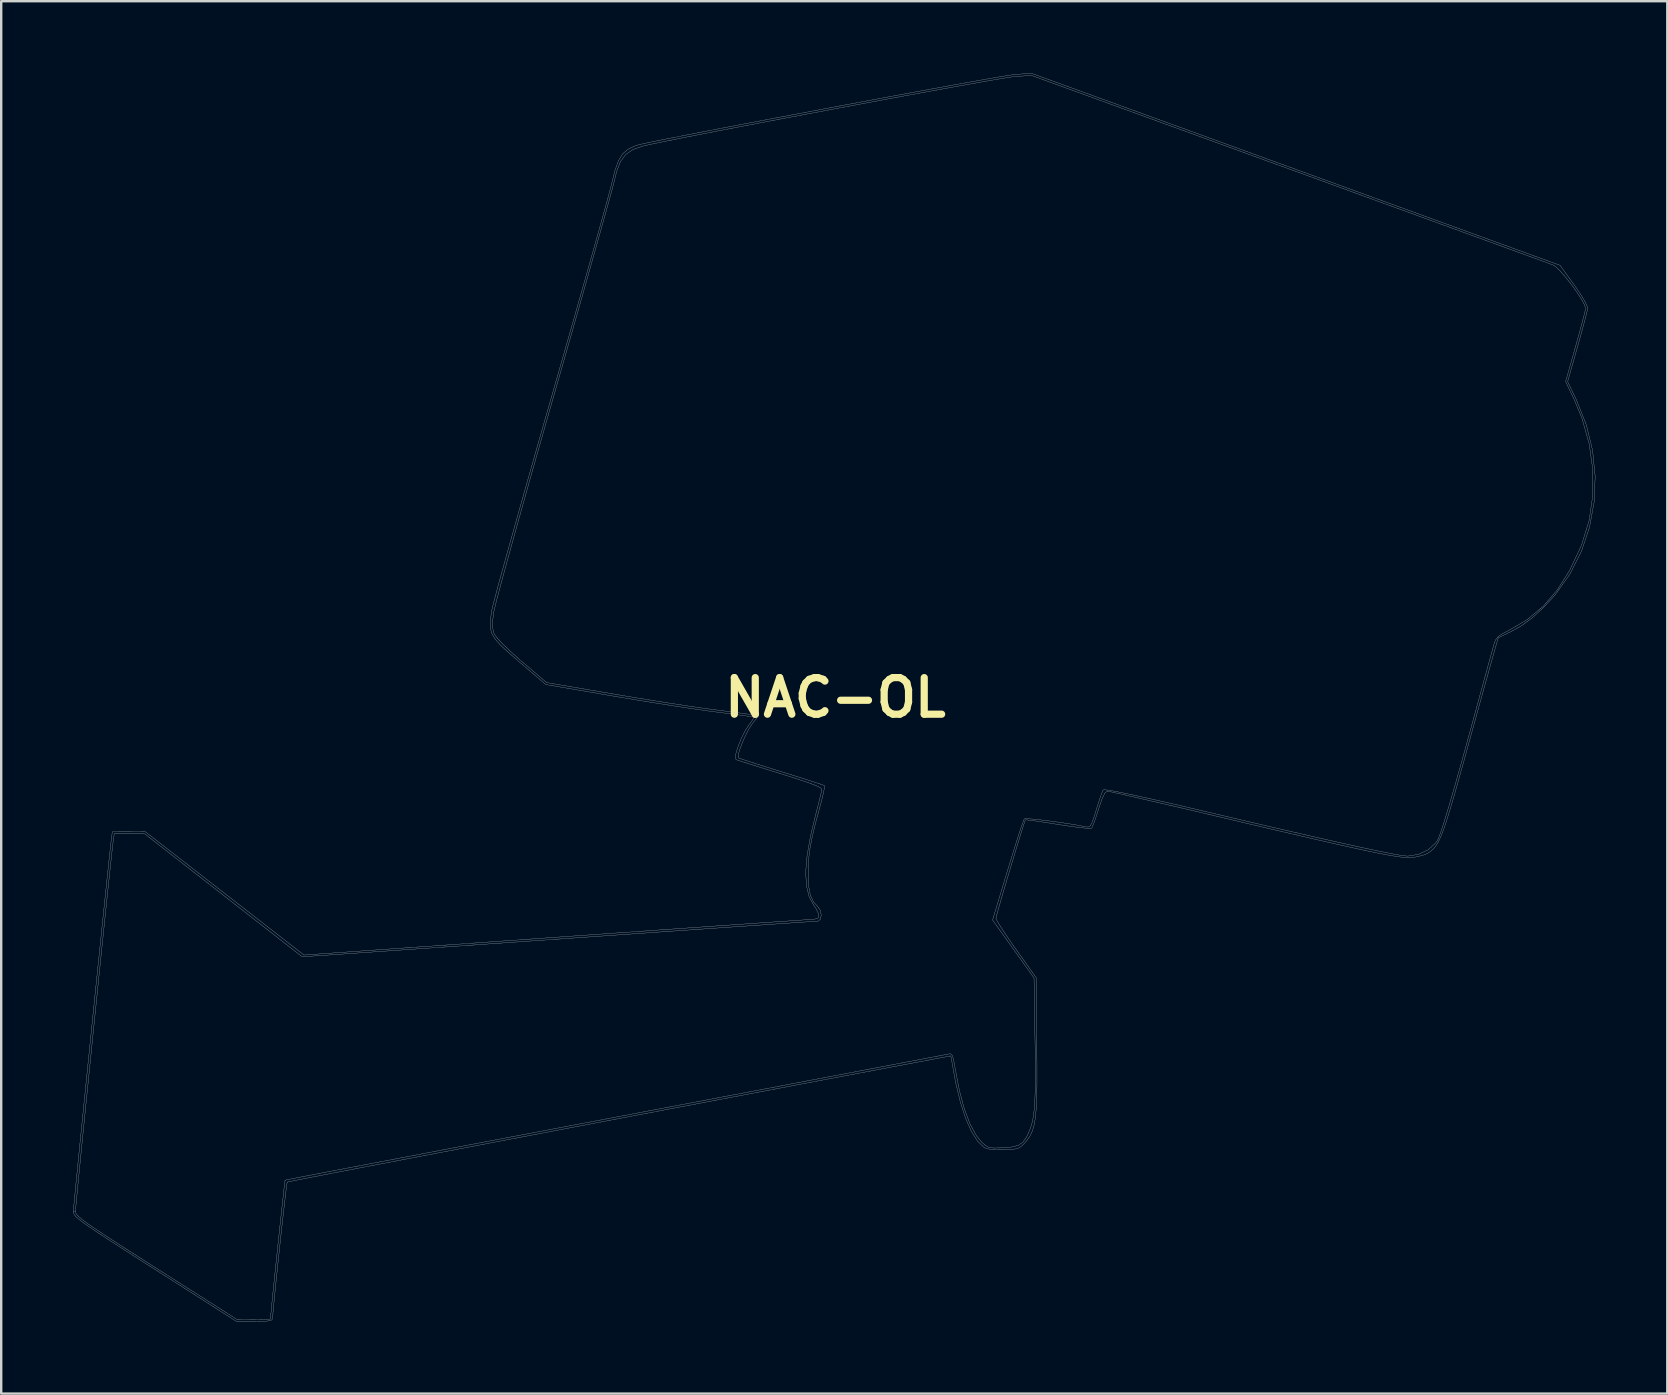
<source format=kicad_pcb>
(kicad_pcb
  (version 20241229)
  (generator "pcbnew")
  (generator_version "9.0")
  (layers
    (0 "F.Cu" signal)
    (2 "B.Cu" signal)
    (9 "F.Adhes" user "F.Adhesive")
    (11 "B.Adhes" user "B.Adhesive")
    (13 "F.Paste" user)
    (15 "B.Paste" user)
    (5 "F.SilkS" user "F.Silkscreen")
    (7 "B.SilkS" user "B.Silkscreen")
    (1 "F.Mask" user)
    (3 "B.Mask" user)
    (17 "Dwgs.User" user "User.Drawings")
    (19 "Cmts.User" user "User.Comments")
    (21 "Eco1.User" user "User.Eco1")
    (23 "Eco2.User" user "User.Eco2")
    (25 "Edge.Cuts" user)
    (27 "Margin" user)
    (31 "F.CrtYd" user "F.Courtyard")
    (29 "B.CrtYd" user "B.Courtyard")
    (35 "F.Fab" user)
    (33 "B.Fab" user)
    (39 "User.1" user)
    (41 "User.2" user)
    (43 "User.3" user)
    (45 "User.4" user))
  (footprint "NAC-OL"
    (layer "F.Cu")
    (at 31.755 26.016)
    (property "Reference" "NAC-OL" (at 0 0 0) (layer "F.SilkS") (effects (font (size 1.524 1.524) (thickness 0.3))))
    (attr through_hole)
    (fp_poly (pts (xy 30.189 -18.013) (xy 30.775 -17.204) (xy 31.025 -16.842) (xy 31.213 -16.535) (xy 31.322 -16.313) (xy 31.343 -16.22) (xy 31.315 -16.083) (xy 31.248 -15.815) (xy 31.149 -15.444) (xy 31.028 -15.001) (xy 30.917 -14.605) (xy 30.508 -13.166) (xy 30.874 -12.404) (xy 31.289 -11.361) (xy 31.548 -10.294) (xy 31.655 -9.217) (xy 31.612 -8.149) (xy 31.421 -7.105) (xy 31.086 -6.103) (xy 30.609 -5.158) (xy 29.993 -4.288) (xy 29.516 -3.768) (xy 29.021 -3.316) (xy 28.567 -2.984) (xy 28.236 -2.798) (xy 27.954 -2.659) (xy 27.738 -2.551) (xy 27.627 -2.496) (xy 27.62 -2.492) (xy 27.593 -2.41) (xy 27.526 -2.18) (xy 27.423 -1.818) (xy 27.289 -1.339) (xy 27.126 -0.759) (xy 26.941 -0.092) (xy 26.736 0.645) (xy 26.518 1.437) (xy 26.46 1.647) (xy 26.191 2.62) (xy 25.962 3.442) (xy 25.767 4.129) (xy 25.6 4.693) (xy 25.458 5.15) (xy 25.334 5.511) (xy 25.224 5.792) (xy 25.123 6.007) (xy 25.025 6.168) (xy 24.926 6.289) (xy 24.82 6.386) (xy 24.703 6.47) (xy 24.681 6.484) (xy 24.481 6.568) (xy 24.195 6.636) (xy 24.031 6.659) (xy 23.908 6.665) (xy 23.757 6.66) (xy 23.567 6.643) (xy 23.327 6.609) (xy 23.029 6.559) (xy 22.66 6.489) (xy 22.212 6.397) (xy 21.672 6.281) (xy 21.032 6.139) (xy 20.28 5.968) (xy 19.406 5.767) (xy 18.4 5.533) (xy 17.252 5.264) (xy 15.951 4.957) (xy 15.776 4.916) (xy 14.944 4.72) (xy 14.159 4.537) (xy 13.438 4.37) (xy 12.797 4.222) (xy 12.251 4.097) (xy 11.816 3.999) (xy 11.508 3.931) (xy 11.342 3.898) (xy 11.32 3.895) (xy 11.226 3.978) (xy 11.108 4.225) (xy 10.967 4.633) (xy 10.967 4.636) (xy 10.859 4.969) (xy 10.765 5.24) (xy 10.697 5.407) (xy 10.678 5.439) (xy 10.578 5.448) (xy 10.341 5.43) (xy 9.997 5.39) (xy 9.574 5.33) (xy 9.281 5.284) (xy 8.828 5.212) (xy 8.436 5.153) (xy 8.137 5.112) (xy 7.957 5.093) (xy 7.918 5.094) (xy 7.883 5.183) (xy 7.809 5.409) (xy 7.705 5.742) (xy 7.577 6.158) (xy 7.434 6.629) (xy 7.284 7.127) (xy 7.135 7.627) (xy 6.995 8.101) (xy 6.873 8.522) (xy 6.775 8.863) (xy 6.711 9.098) (xy 6.689 9.199) (xy 6.736 9.301) (xy 6.866 9.515) (xy 7.063 9.816) (xy 7.311 10.179) (xy 7.526 10.486) (xy 8.364 11.665) (xy 8.392 14.49) (xy 8.398 15.361) (xy 8.398 16.081) (xy 8.388 16.669) (xy 8.366 17.141) (xy 8.33 17.517) (xy 8.278 17.814) (xy 8.208 18.051) (xy 8.117 18.246) (xy 8.003 18.416) (xy 7.886 18.556) (xy 7.75 18.693) (xy 7.615 18.775) (xy 7.428 18.817) (xy 7.139 18.838) (xy 7.021 18.842) (xy 6.6 18.839) (xy 6.317 18.793) (xy 6.197 18.74) (xy 5.928 18.486) (xy 5.669 18.079) (xy 5.428 17.535) (xy 5.211 16.871) (xy 5.025 16.104) (xy 4.955 15.738) (xy 4.81 14.925) (xy 4.162 15.047) (xy 2.161 15.424) (xy 0.188 15.796) (xy -1.749 16.162) (xy -3.644 16.52) (xy -5.49 16.869) (xy -7.28 17.208) (xy -9.008 17.535) (xy -10.666 17.849) (xy -12.248 18.15) (xy -13.747 18.434) (xy -15.156 18.703) (xy -16.469 18.953) (xy -17.679 19.184) (xy -18.779 19.394) (xy -19.762 19.583) (xy -20.621 19.748) (xy -21.35 19.889) (xy -21.942 20.004) (xy -22.39 20.092) (xy -22.688 20.152) (xy -22.828 20.182) (xy -22.839 20.186) (xy -22.855 20.274) (xy -22.885 20.507) (xy -22.927 20.86) (xy -22.979 21.311) (xy -23.038 21.835) (xy -23.101 22.408) (xy -23.165 23.006) (xy -23.229 23.606) (xy -23.289 24.184) (xy -23.343 24.716) (xy -23.389 25.178) (xy -23.424 25.547) (xy -23.445 25.798) (xy -23.45 25.887) (xy -23.507 25.942) (xy -23.688 25.976) (xy -24.01 25.991) (xy -24.2 25.993) (xy -24.947 25.993) (xy -28.348 23.823) (xy -29.136 23.321) (xy -29.792 22.9) (xy -30.329 22.553) (xy -30.758 22.271) (xy -31.091 22.046) (xy -31.341 21.87) (xy -31.519 21.733) (xy -31.637 21.629) (xy -31.707 21.547) (xy -31.741 21.48) (xy -31.75 21.419) (xy -31.75 21.414) (xy -31.75 21.409) (xy -31.661 21.409) (xy -31.649 21.468) (xy -31.607 21.538) (xy -31.522 21.627) (xy -31.384 21.743) (xy -31.18 21.894) (xy -30.899 22.089) (xy -30.528 22.336) (xy -30.057 22.643) (xy -29.472 23.019) (xy -28.762 23.472) (xy -28.296 23.769) (xy -24.934 25.905) (xy -24.236 25.907) (xy -23.916 25.905) (xy -23.673 25.899) (xy -23.546 25.89) (xy -23.537 25.887) (xy -23.528 25.761) (xy -23.503 25.497) (xy -23.466 25.118) (xy -23.418 24.648) (xy -23.363 24.11) (xy -23.302 23.527) (xy -23.239 22.924) (xy -23.175 22.323) (xy -23.114 21.749) (xy -23.057 21.226) (xy -23.007 20.776) (xy -22.968 20.423) (xy -22.94 20.192) (xy -22.927 20.105) (xy -22.927 20.104) (xy -22.841 20.086) (xy -22.599 20.037) (xy -22.207 19.96) (xy -21.675 19.857) (xy -21.011 19.73) (xy -20.224 19.579) (xy -19.323 19.407) (xy -18.317 19.215) (xy -17.214 19.005) (xy -16.023 18.778) (xy -14.752 18.537) (xy -13.411 18.283) (xy -12.008 18.017) (xy -10.551 17.741) (xy -9.183 17.483) (xy -7.683 17.199) (xy -6.227 16.924) (xy -4.823 16.658) (xy -3.48 16.404) (xy -2.208 16.163) (xy -1.015 15.937) (xy 0.09 15.728) (xy 1.098 15.537) (xy 2.001 15.365) (xy 2.79 15.215) (xy 3.455 15.089) (xy 3.989 14.987) (xy 4.381 14.912) (xy 4.624 14.865) (xy 4.708 14.848) (xy 4.799 14.84) (xy 4.862 14.892) (xy 4.913 15.033) (xy 4.964 15.297) (xy 4.992 15.465) (xy 5.165 16.36) (xy 5.372 17.13) (xy 5.611 17.764) (xy 5.876 18.251) (xy 6.093 18.515) (xy 6.251 18.658) (xy 6.393 18.735) (xy 6.575 18.764) (xy 6.854 18.76) (xy 6.943 18.755) (xy 7.345 18.722) (xy 7.62 18.652) (xy 7.81 18.524) (xy 7.958 18.315) (xy 8.025 18.18) (xy 8.116 17.966) (xy 8.189 17.736) (xy 8.245 17.471) (xy 8.285 17.151) (xy 8.312 16.757) (xy 8.327 16.267) (xy 8.331 15.662) (xy 8.326 14.923) (xy 8.317 14.286) (xy 8.276 11.68) (xy 7.412 10.472) (xy 6.548 9.264) (xy 7.175 7.193) (xy 7.348 6.628) (xy 7.508 6.116) (xy 7.648 5.68) (xy 7.76 5.342) (xy 7.838 5.124) (xy 7.871 5.052) (xy 7.969 5.043) (xy 8.2 5.058) (xy 8.529 5.091) (xy 8.921 5.139) (xy 9.341 5.196) (xy 9.754 5.258) (xy 10.127 5.321) (xy 10.424 5.379) (xy 10.463 5.388) (xy 10.551 5.391) (xy 10.624 5.334) (xy 10.699 5.187) (xy 10.791 4.923) (xy 10.865 4.683) (xy 10.972 4.344) (xy 11.067 4.064) (xy 11.136 3.884) (xy 11.155 3.846) (xy 11.247 3.84) (xy 11.488 3.873) (xy 11.88 3.947) (xy 12.427 4.061) (xy 13.13 4.215) (xy 13.991 4.411) (xy 15.014 4.65) (xy 15.282 4.713) (xy 16.778 5.064) (xy 18.115 5.377) (xy 19.299 5.65) (xy 20.333 5.887) (xy 21.224 6.088) (xy 21.978 6.254) (xy 22.599 6.386) (xy 23.092 6.486) (xy 23.463 6.554) (xy 23.717 6.592) (xy 23.846 6.602) (xy 24.294 6.529) (xy 24.703 6.334) (xy 25.02 6.044) (xy 25.082 5.954) (xy 25.155 5.789) (xy 25.267 5.47) (xy 25.414 5.007) (xy 25.594 4.41) (xy 25.804 3.69) (xy 26.04 2.857) (xy 26.299 1.922) (xy 26.316 1.863) (xy 26.53 1.082) (xy 26.733 0.342) (xy 26.919 -0.339) (xy 27.085 -0.943) (xy 27.225 -1.453) (xy 27.334 -1.85) (xy 27.407 -2.116) (xy 27.437 -2.224) (xy 27.504 -2.406) (xy 27.613 -2.542) (xy 27.804 -2.672) (xy 28.06 -2.803) (xy 28.82 -3.249) (xy 29.487 -3.804) (xy 30.073 -4.482) (xy 30.588 -5.295) (xy 31.043 -6.256) (xy 31.098 -6.392) (xy 31.403 -7.384) (xy 31.555 -8.426) (xy 31.556 -9.496) (xy 31.405 -10.573) (xy 31.105 -11.637) (xy 30.792 -12.393) (xy 30.424 -13.17) (xy 30.831 -14.607) (xy 30.965 -15.085) (xy 31.083 -15.516) (xy 31.176 -15.869) (xy 31.236 -16.114) (xy 31.256 -16.214) (xy 31.213 -16.364) (xy 31.081 -16.605) (xy 30.887 -16.903) (xy 30.656 -17.222) (xy 30.413 -17.529) (xy 30.184 -17.789) (xy 29.995 -17.967) (xy 29.908 -18.022) (xy 29.801 -18.062) (xy 29.545 -18.156) (xy 29.149 -18.301) (xy 28.621 -18.493) (xy 27.972 -18.73) (xy 27.212 -19.007) (xy 26.348 -19.321) (xy 25.392 -19.669) (xy 24.351 -20.047) (xy 23.237 -20.452) (xy 22.057 -20.881) (xy 20.823 -21.33) (xy 19.542 -21.795) (xy 18.923 -22.019) (xy 8.17 -25.923) (xy 7.493 -25.878) (xy 7.322 -25.857) (xy 7 -25.806) (xy 6.542 -25.729) (xy 5.962 -25.628) (xy 5.277 -25.506) (xy 4.5 -25.366) (xy 3.647 -25.211) (xy 2.733 -25.044) (xy 1.773 -24.867) (xy 0.783 -24.683) (xy -0.224 -24.495) (xy -1.232 -24.306) (xy -2.225 -24.119) (xy -3.19 -23.936) (xy -4.11 -23.761) (xy -4.971 -23.595) (xy -5.758 -23.443) (xy -6.455 -23.306) (xy -7.048 -23.187) (xy -7.522 -23.09) (xy -7.861 -23.017) (xy -8.021 -22.979) (xy -8.434 -22.835) (xy -8.737 -22.629) (xy -8.955 -22.332) (xy -9.115 -21.914) (xy -9.188 -21.616) (xy -9.23 -21.444) (xy -9.317 -21.12) (xy -9.443 -20.658) (xy -9.607 -20.068) (xy -9.804 -19.364) (xy -10.031 -18.555) (xy -10.285 -17.656) (xy -10.562 -16.676) (xy -10.86 -15.628) (xy -11.175 -14.525) (xy -11.503 -13.377) (xy -11.745 -12.531) (xy -12.08 -11.36) (xy -12.403 -10.227) (xy -12.71 -9.142) (xy -12.998 -8.117) (xy -13.265 -7.165) (xy -13.506 -6.296) (xy -13.72 -5.522) (xy -13.901 -4.856) (xy -14.048 -4.309) (xy -14.156 -3.892) (xy -14.223 -3.617) (xy -14.244 -3.514) (xy -14.284 -3.147) (xy -14.278 -2.889) (xy -14.224 -2.684) (xy -14.212 -2.655) (xy -14.102 -2.497) (xy -13.879 -2.256) (xy -13.566 -1.952) (xy -13.183 -1.609) (xy -13.065 -1.508) (xy -12.033 -0.627) (xy -9.213 -0.146) (xy -8.463 -0.02) (xy -7.696 0.105) (xy -6.946 0.224) (xy -6.248 0.331) (xy -5.635 0.422) (xy -5.142 0.49) (xy -4.995 0.509) (xy -4.514 0.57) (xy -4.079 0.627) (xy -3.725 0.675) (xy -3.484 0.711) (xy -3.403 0.725) (xy -3.208 0.768) (xy -3.471 1.1) (xy -3.604 1.305) (xy -3.746 1.579) (xy -3.878 1.878) (xy -3.984 2.16) (xy -4.045 2.383) (xy -4.045 2.502) (xy -4.042 2.506) (xy -3.952 2.542) (xy -3.725 2.619) (xy -3.383 2.73) (xy -2.952 2.867) (xy -2.455 3.022) (xy -2.248 3.086) (xy -1.732 3.246) (xy -1.271 3.391) (xy -0.892 3.514) (xy -0.616 3.606) (xy -0.469 3.659) (xy -0.452 3.668) (xy -0.457 3.762) (xy -0.501 3.984) (xy -0.577 4.299) (xy -0.665 4.628) (xy -0.838 5.27) (xy -0.964 5.792) (xy -1.05 6.231) (xy -1.102 6.628) (xy -1.128 7.022) (xy -1.134 7.324) (xy -1.115 7.843) (xy -1.043 8.23) (xy -0.909 8.516) (xy -0.725 8.716) (xy -0.625 8.868) (xy -0.591 9.06) (xy -0.622 9.229) (xy -0.717 9.312) (xy -0.733 9.313) (xy -0.834 9.319) (xy -1.094 9.336) (xy -1.501 9.363) (xy -2.046 9.4) (xy -2.718 9.446) (xy -3.507 9.501) (xy -4.402 9.562) (xy -5.392 9.631) (xy -6.468 9.705) (xy -7.619 9.785) (xy -8.834 9.87) (xy -10.103 9.959) (xy -11.126 10.03) (xy -12.437 10.122) (xy -13.705 10.21) (xy -14.921 10.295) (xy -16.074 10.375) (xy -17.153 10.45) (xy -18.146 10.519) (xy -19.044 10.581) (xy -19.835 10.635) (xy -20.508 10.682) (xy -21.053 10.719) (xy -21.459 10.746) (xy -21.715 10.763) (xy -21.802 10.769) (xy -22.225 10.79) (xy -25.501 8.232) (xy -28.778 5.673) (xy -30.046 5.673) (xy -30.095 6.032) (xy -30.117 6.21) (xy -30.153 6.536) (xy -30.202 6.994) (xy -30.263 7.57) (xy -30.335 8.249) (xy -30.415 9.017) (xy -30.502 9.86) (xy -30.595 10.761) (xy -30.692 11.707) (xy -30.792 12.683) (xy -30.893 13.674) (xy -30.994 14.665) (xy -31.093 15.643) (xy -31.189 16.591) (xy -31.28 17.496) (xy -31.365 18.342) (xy -31.442 19.116) (xy -31.51 19.802) (xy -31.567 20.385) (xy -31.612 20.852) (xy -31.643 21.186) (xy -31.659 21.375) (xy -31.661 21.409) (xy -31.75 21.409) (xy -31.742 21.303) (xy -31.717 21.037) (xy -31.678 20.633) (xy -31.626 20.104) (xy -31.563 19.465) (xy -31.49 18.731) (xy -31.408 17.918) (xy -31.319 17.038) (xy -31.225 16.107) (xy -31.127 15.14) (xy -31.026 14.152) (xy -30.925 13.157) (xy -30.824 12.169) (xy -30.725 11.204) (xy -30.629 10.276) (xy -30.539 9.399) (xy -30.454 8.589) (xy -30.378 7.861) (xy -30.312 7.228) (xy -30.256 6.706) (xy -30.213 6.309) (xy -30.184 6.051) (xy -30.177 5.99) (xy -30.125 5.588) (xy -28.744 5.592) (xy -22.14 10.724) (xy -11.599 9.98) (xy -10.276 9.887) (xy -8.997 9.796) (xy -7.774 9.71) (xy -6.617 9.629) (xy -5.535 9.553) (xy -4.54 9.484) (xy -3.642 9.421) (xy -2.851 9.366) (xy -2.178 9.32) (xy -1.632 9.282) (xy -1.225 9.255) (xy -0.966 9.238) (xy -0.868 9.232) (xy -0.713 9.178) (xy -0.691 9.029) (xy -0.803 8.793) (xy -0.891 8.668) (xy -1.093 8.301) (xy -1.208 7.836) (xy -1.237 7.264) (xy -1.179 6.574) (xy -1.034 5.757) (xy -0.836 4.928) (xy -0.733 4.533) (xy -0.648 4.192) (xy -0.588 3.942) (xy -0.563 3.82) (xy -0.623 3.756) (xy -0.817 3.661) (xy -1.155 3.534) (xy -1.642 3.37) (xy -2.254 3.177) (xy -2.77 3.017) (xy -3.236 2.872) (xy -3.626 2.75) (xy -3.914 2.658) (xy -4.073 2.606) (xy -4.091 2.6) (xy -4.158 2.555) (xy -4.173 2.466) (xy -4.135 2.292) (xy -4.047 2.015) (xy -3.91 1.675) (xy -3.741 1.347) (xy -3.618 1.16) (xy -3.478 0.969) (xy -3.402 0.842) (xy -3.398 0.814) (xy -3.488 0.796) (xy -3.718 0.762) (xy -4.062 0.715) (xy -4.491 0.659) (xy -4.911 0.606) (xy -5.372 0.545) (xy -5.965 0.46) (xy -6.654 0.356) (xy -7.406 0.238) (xy -8.183 0.113) (xy -8.952 -0.014) (xy -9.229 -0.061) (xy -12.065 -0.545) (xy -13.179 -1.498) (xy -13.62 -1.879) (xy -13.946 -2.181) (xy -14.169 -2.43) (xy -14.307 -2.655) (xy -14.372 -2.882) (xy -14.379 -3.139) (xy -14.344 -3.455) (xy -14.314 -3.644) (xy -14.279 -3.801) (xy -14.199 -4.109) (xy -14.08 -4.556) (xy -13.923 -5.13) (xy -13.732 -5.82) (xy -13.51 -6.614) (xy -13.261 -7.499) (xy -12.988 -8.465) (xy -12.695 -9.499) (xy -12.384 -10.59) (xy -12.059 -11.725) (xy -11.852 -12.446) (xy -11.518 -13.608) (xy -11.195 -14.736) (xy -10.886 -15.818) (xy -10.595 -16.841) (xy -10.324 -17.794) (xy -10.079 -18.664) (xy -9.861 -19.439) (xy -9.674 -20.107) (xy -9.523 -20.655) (xy -9.409 -21.073) (xy -9.337 -21.347) (xy -9.315 -21.437) (xy -9.182 -21.972) (xy -9.04 -22.367) (xy -8.87 -22.648) (xy -8.652 -22.843) (xy -8.368 -22.979) (xy -8.203 -23.032) (xy -8.026 -23.074) (xy -7.699 -23.144) (xy -7.237 -23.238) (xy -6.655 -23.353) (xy -5.967 -23.488) (xy -5.189 -23.638) (xy -4.334 -23.802) (xy -3.419 -23.976) (xy -2.458 -24.158) (xy -1.466 -24.344) (xy -0.458 -24.533) (xy 0.552 -24.722) (xy 1.548 -24.907) (xy 2.516 -25.086) (xy 3.441 -25.256) (xy 4.308 -25.414) (xy 5.102 -25.558) (xy 5.808 -25.684) (xy 6.412 -25.791) (xy 6.898 -25.874) (xy 7.252 -25.932) (xy 7.459 -25.962) (xy 7.489 -25.965) (xy 8.17 -26.011) (xy 30.189 -18.013)) (stroke (width 0.01) (type solid)) (fill no) (layer "Edge.Cuts")))
  (gr_rect
    (start -3 -3)
    (end 66.415 55.013)
    (stroke (width 0.1) (type default))
    (fill no)
    (layer "Edge.Cuts")))
</source>
